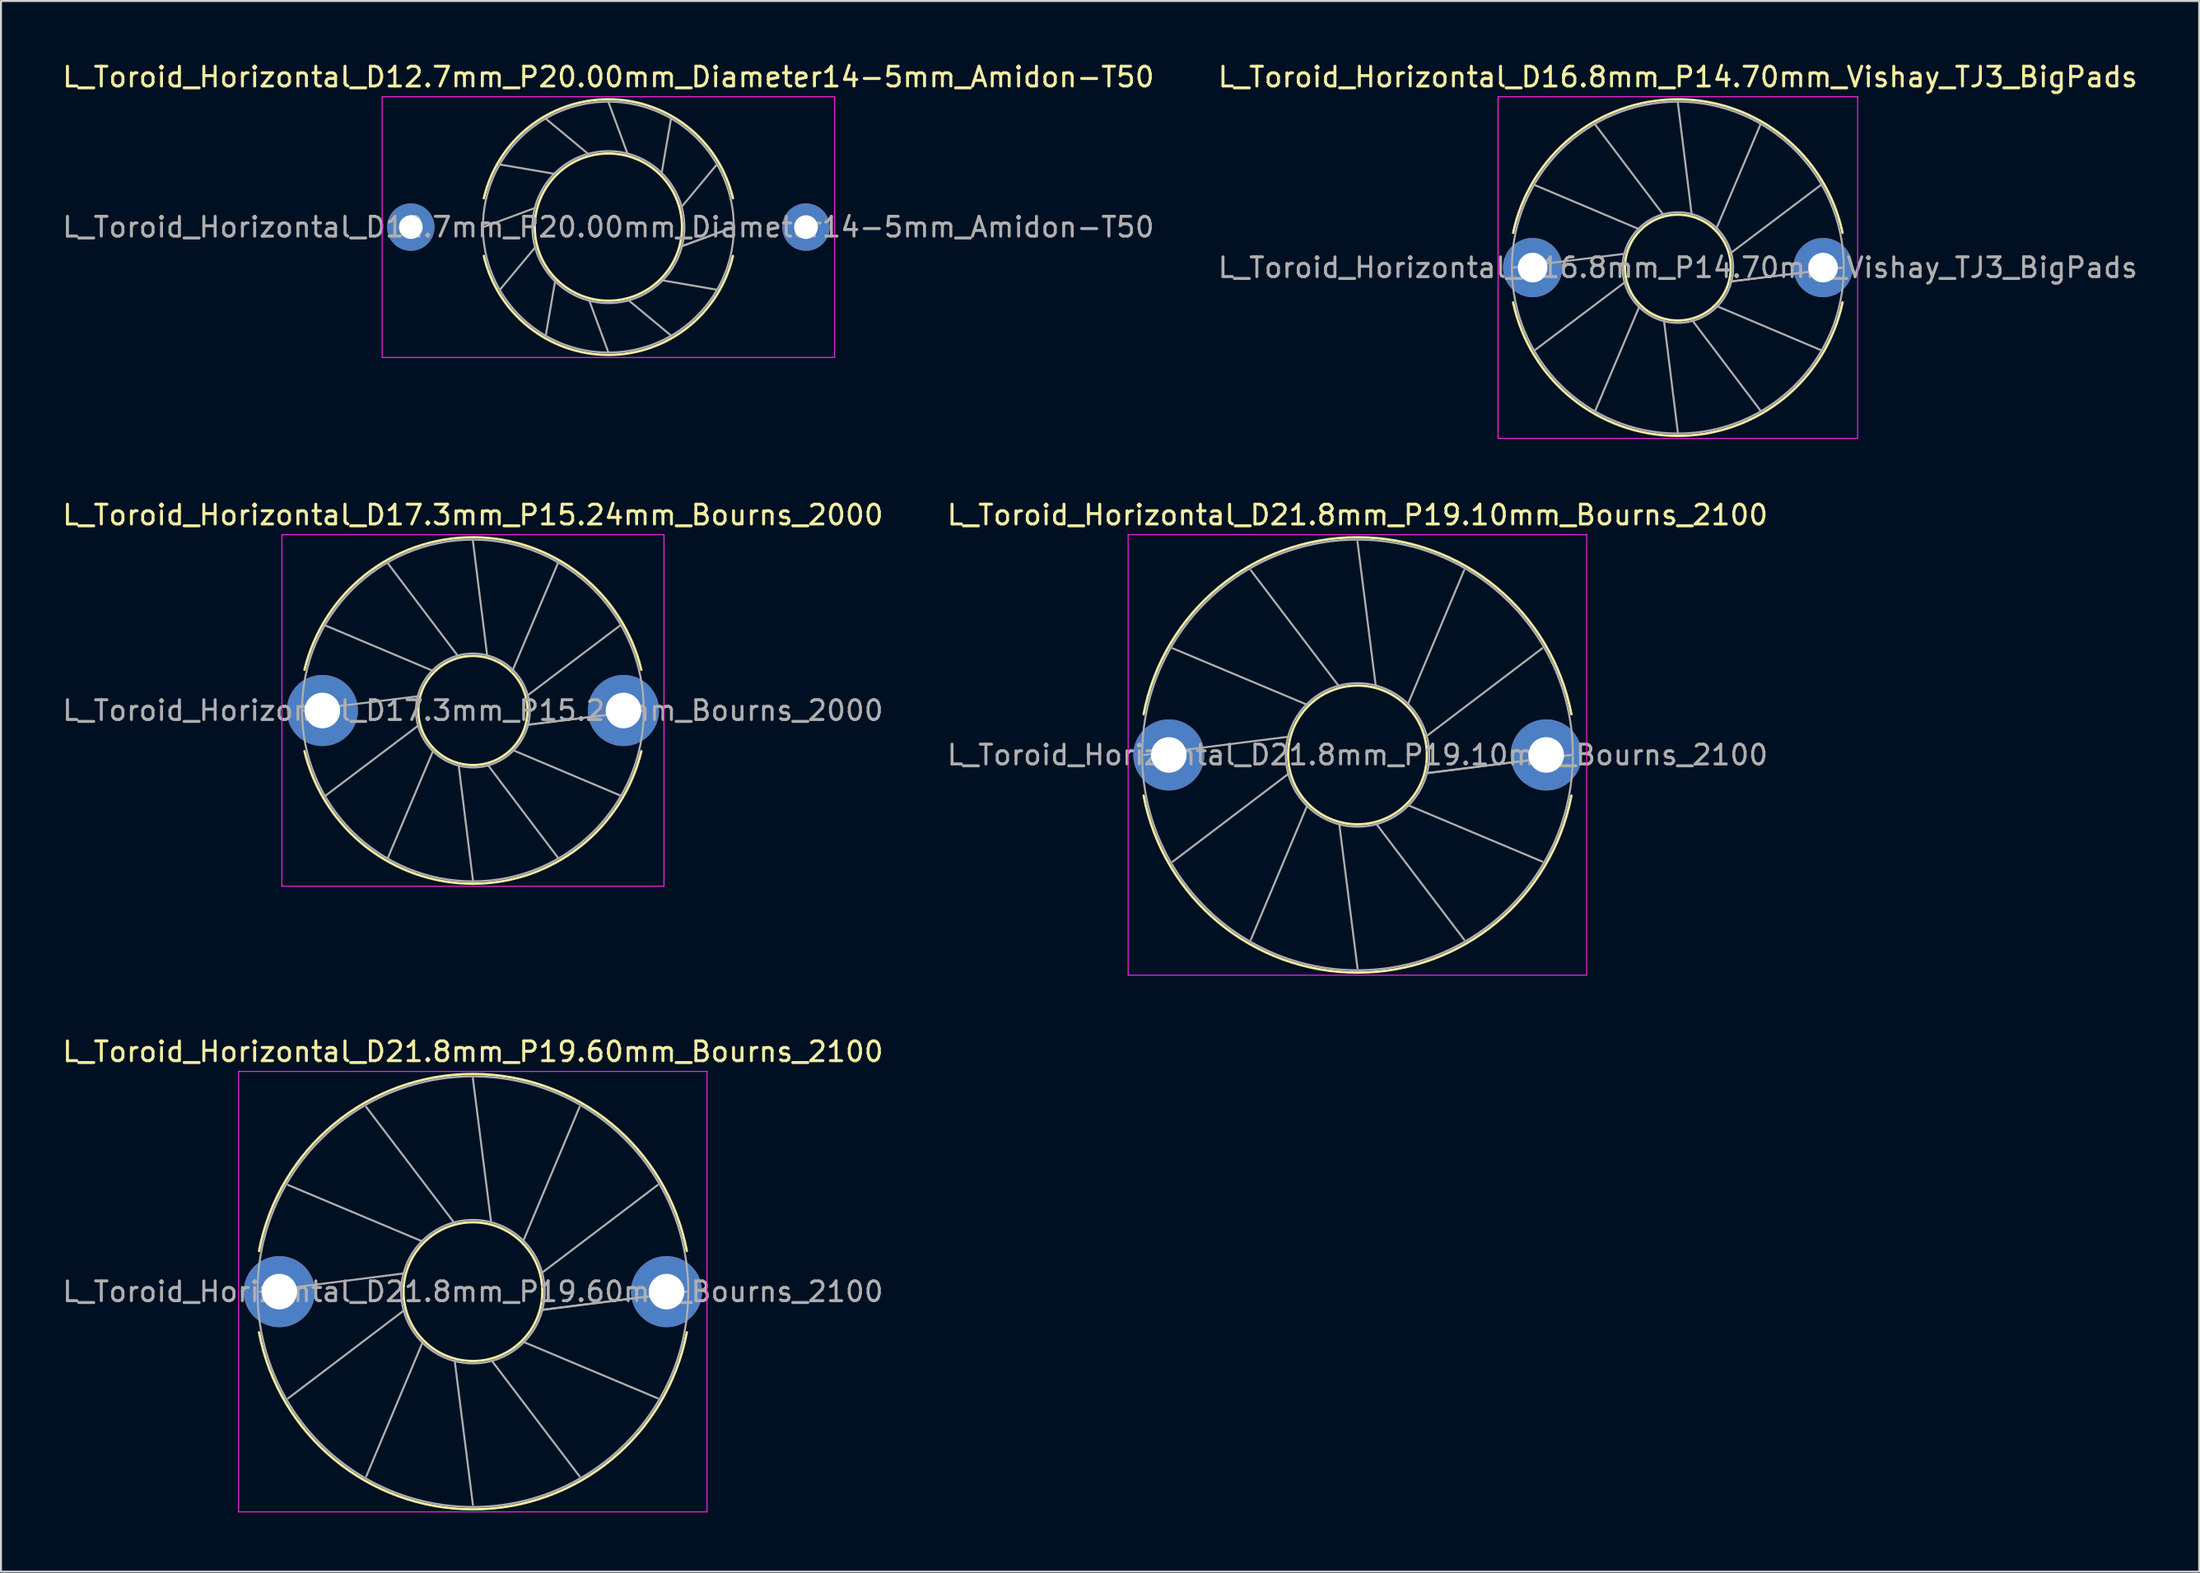
<source format=kicad_pcb>
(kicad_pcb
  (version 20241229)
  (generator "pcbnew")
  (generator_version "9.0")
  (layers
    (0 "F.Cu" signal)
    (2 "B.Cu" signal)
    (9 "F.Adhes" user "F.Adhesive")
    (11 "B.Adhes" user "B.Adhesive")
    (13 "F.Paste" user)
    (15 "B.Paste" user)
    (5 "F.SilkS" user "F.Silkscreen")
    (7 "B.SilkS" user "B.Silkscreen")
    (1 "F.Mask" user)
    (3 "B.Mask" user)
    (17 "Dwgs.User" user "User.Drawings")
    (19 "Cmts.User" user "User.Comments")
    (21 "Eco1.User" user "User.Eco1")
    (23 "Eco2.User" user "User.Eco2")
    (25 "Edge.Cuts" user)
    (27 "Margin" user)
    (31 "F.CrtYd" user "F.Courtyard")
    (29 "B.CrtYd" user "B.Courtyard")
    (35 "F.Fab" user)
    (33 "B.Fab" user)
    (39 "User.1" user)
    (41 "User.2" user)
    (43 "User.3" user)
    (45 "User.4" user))
  (footprint "L_Toroid_Horizontal_D12.7mm_P20.00mm_Diameter14-5mm_Amidon-T50"
    (layer "F.Cu")
    (at 17.744 8.448)
    (property "Reference" "L_Toroid_Horizontal_D12.7mm_P20.00mm_Diameter14-5mm_Amidon-T50" (at 10 -7.6 0) (layer "F.SilkS") (effects (font (size 1 1) (thickness 0.15))))
    (attr through_hole)
    (fp_arc (start 3.696882 -1.46) (mid 10 -6.47) (end 16.303118 -1.46) (stroke (width 0.12) (type solid)) (layer "F.SilkS"))
    (fp_arc (start 16.303118 1.46) (mid 10 6.47) (end 3.696882 1.46) (stroke (width 0.12) (type solid)) (layer "F.SilkS"))
    (fp_circle (center 10 0) (end 13.728 0) (stroke (width 0.12) (type solid)) (fill no) (layer "F.SilkS"))
    (fp_line (start -1.45 -6.6) (end -1.45 6.6) (stroke (width 0.05) (type solid)) (layer "F.CrtYd"))
    (fp_line (start -1.45 6.6) (end 21.45 6.6) (stroke (width 0.05) (type solid)) (layer "F.CrtYd"))
    (fp_line (start 21.45 -6.6) (end -1.45 -6.6) (stroke (width 0.05) (type solid)) (layer "F.CrtYd"))
    (fp_line (start 21.45 6.6) (end 21.45 -6.6) (stroke (width 0.05) (type solid)) (layer "F.CrtYd"))
    (fp_line (start 3.659 0.001) (end 6.327 -0.984) (stroke (width 0.1) (type solid)) (layer "F.Fab"))
    (fp_line (start 4.509 -3.17) (end 7.311 -2.689) (stroke (width 0.1) (type solid)) (layer "F.Fab"))
    (fp_line (start 4.509 3.171) (end 6.327 0.985) (stroke (width 0.1) (type solid)) (layer "F.Fab"))
    (fp_line (start 6.829 -5.491) (end 9.015 -3.673) (stroke (width 0.1) (type solid)) (layer "F.Fab"))
    (fp_line (start 6.83 5.491) (end 7.311 2.689) (stroke (width 0.1) (type solid)) (layer "F.Fab"))
    (fp_line (start 9.999 -6.341) (end 10.984 -3.673) (stroke (width 0.1) (type solid)) (layer "F.Fab"))
    (fp_line (start 10 6.341) (end 9.016 3.673) (stroke (width 0.1) (type solid)) (layer "F.Fab"))
    (fp_line (start 13.169 -5.492) (end 12.688 -2.689) (stroke (width 0.1) (type solid)) (layer "F.Fab"))
    (fp_line (start 13.17 5.491) (end 10.984 3.673) (stroke (width 0.1) (type solid)) (layer "F.Fab"))
    (fp_line (start 15.491 -3.171) (end 13.673 -0.985) (stroke (width 0.1) (type solid)) (layer "F.Fab"))
    (fp_line (start 15.491 3.17) (end 12.689 2.689) (stroke (width 0.1) (type solid)) (layer "F.Fab"))
    (fp_line (start 16.341 -0.001) (end 13.673 0.983) (stroke (width 0.1) (type solid)) (layer "F.Fab"))
    (fp_line (start 16.341 0) (end 13.673 0.984) (stroke (width 0.1) (type solid)) (layer "F.Fab"))
    (fp_circle (center 10 0) (end 13.848 0) (stroke (width 0.1) (type solid)) (fill no) (layer "F.Fab"))
    (fp_circle (center 10 0) (end 16.35 0) (stroke (width 0.1) (type solid)) (fill no) (layer "F.Fab"))
    (fp_text user "${REFERENCE}" (at 10 0 0) (layer "F.Fab") (effects (font (size 1 1) (thickness 0.15))))
    (pad "1" thru_hole circle (at 0 0) (size 2.4 2.4) (drill 1.2) (layers "*.Cu" "*.Mask"))
    (pad "2" thru_hole circle (at 20 0) (size 2.4 2.4) (drill 1.2) (layers "*.Cu" "*.Mask")))
  (footprint "L_Toroid_Horizontal_D21.8mm_P19.10mm_Bourns_2100"
    (layer "F.Cu")
    (at 56.111 35.172)
    (property "Reference" "L_Toroid_Horizontal_D21.8mm_P19.10mm_Bourns_2100" (at 9.55 -12.15 0) (layer "F.SilkS") (effects (font (size 1 1) (thickness 0.15))))
    (attr through_hole)
    (fp_arc (start -1.275747 -2.06) (mid 9.55 -11.02) (end 20.375747 -2.06) (stroke (width 0.12) (type solid)) (layer "F.SilkS"))
    (fp_arc (start 20.375747 2.06) (mid 9.55 11.02) (end -1.275747 2.06) (stroke (width 0.12) (type solid)) (layer "F.SilkS"))
    (fp_circle (center 9.55 0) (end 13.063 0) (stroke (width 0.12) (type solid)) (fill no) (layer "F.SilkS"))
    (fp_line (start -2.06 -11.15) (end -2.06 11.15) (stroke (width 0.05) (type solid)) (layer "F.CrtYd"))
    (fp_line (start -2.06 11.15) (end 21.15 11.15) (stroke (width 0.05) (type solid)) (layer "F.CrtYd"))
    (fp_line (start 21.15 -11.15) (end -2.06 -11.15) (stroke (width 0.05) (type solid)) (layer "F.CrtYd"))
    (fp_line (start 21.15 11.15) (end 21.15 -11.15) (stroke (width 0.05) (type solid)) (layer "F.CrtYd"))
    (fp_line (start -1.25 0.001) (end 6.088 -0.927) (stroke (width 0.1) (type solid)) (layer "F.Fab"))
    (fp_line (start 0.197 -5.399) (end 7.016 -2.534) (stroke (width 0.1) (type solid)) (layer "F.Fab"))
    (fp_line (start 0.198 5.401) (end 6.089 0.928) (stroke (width 0.1) (type solid)) (layer "F.Fab"))
    (fp_line (start 4.149 -9.352) (end 8.622 -3.461) (stroke (width 0.1) (type solid)) (layer "F.Fab"))
    (fp_line (start 4.151 9.353) (end 7.016 2.534) (stroke (width 0.1) (type solid)) (layer "F.Fab"))
    (fp_line (start 9.548 -10.8) (end 10.477 -3.462) (stroke (width 0.1) (type solid)) (layer "F.Fab"))
    (fp_line (start 9.55 10.8) (end 8.623 3.462) (stroke (width 0.1) (type solid)) (layer "F.Fab"))
    (fp_line (start 14.948 -9.354) (end 12.084 -2.534) (stroke (width 0.1) (type solid)) (layer "F.Fab"))
    (fp_line (start 14.95 9.353) (end 10.478 3.461) (stroke (width 0.1) (type solid)) (layer "F.Fab"))
    (fp_line (start 18.902 -5.401) (end 13.011 -0.928) (stroke (width 0.1) (type solid)) (layer "F.Fab"))
    (fp_line (start 18.903 5.4) (end 12.084 2.534) (stroke (width 0.1) (type solid)) (layer "F.Fab"))
    (fp_line (start 20.35 -0.002) (end 13.012 0.927) (stroke (width 0.1) (type solid)) (layer "F.Fab"))
    (fp_line (start 20.35 0) (end 13.011 0.927) (stroke (width 0.1) (type solid)) (layer "F.Fab"))
    (fp_circle (center 9.55 0) (end 13.183 0) (stroke (width 0.1) (type solid)) (fill no) (layer "F.Fab"))
    (fp_circle (center 9.55 0) (end 20.45 0) (stroke (width 0.1) (type solid)) (fill no) (layer "F.Fab"))
    (fp_text user "${REFERENCE}" (at 9.55 0 0) (layer "F.Fab") (effects (font (size 1 1) (thickness 0.15))))
    (pad "1" thru_hole circle (at 0 0) (size 3.6 3.6) (drill 1.8) (layers "*.Cu" "*.Mask"))
    (pad "2" thru_hole circle (at 19.1 0) (size 3.6 3.6) (drill 1.8) (layers "*.Cu" "*.Mask")))
  (footprint "L_Toroid_Horizontal_D17.3mm_P15.24mm_Bourns_2000"
    (layer "F.Cu")
    (at 13.267 32.922)
    (property "Reference" "L_Toroid_Horizontal_D17.3mm_P15.24mm_Bourns_2000" (at 7.62 -9.9 0) (layer "F.SilkS") (effects (font (size 1 1) (thickness 0.15))))
    (attr through_hole)
    (fp_arc (start -0.904629 -2.06) (mid 7.62 -8.77) (end 16.144629 -2.06) (stroke (width 0.12) (type solid)) (layer "F.SilkS"))
    (fp_arc (start 16.144629 2.06) (mid 7.62 8.77) (end -0.904629 2.06) (stroke (width 0.12) (type solid)) (layer "F.SilkS"))
    (fp_circle (center 7.62 0) (end 10.383 0) (stroke (width 0.12) (type solid)) (fill no) (layer "F.SilkS"))
    (fp_line (start -2.05 -8.9) (end -2.05 8.9) (stroke (width 0.05) (type solid)) (layer "F.CrtYd"))
    (fp_line (start -2.05 8.9) (end 17.29 8.9) (stroke (width 0.05) (type solid)) (layer "F.CrtYd"))
    (fp_line (start 17.29 -8.9) (end -2.05 -8.9) (stroke (width 0.05) (type solid)) (layer "F.CrtYd"))
    (fp_line (start 17.29 8.9) (end 17.29 -8.9) (stroke (width 0.05) (type solid)) (layer "F.CrtYd"))
    (fp_line (start -0.975 0.001) (end 4.897 -0.729) (stroke (width 0.1) (type solid)) (layer "F.Fab"))
    (fp_line (start 0.176 -4.296) (end 5.627 -1.993) (stroke (width 0.1) (type solid)) (layer "F.Fab"))
    (fp_line (start 0.177 4.298) (end 4.898 0.73) (stroke (width 0.1) (type solid)) (layer "F.Fab"))
    (fp_line (start 3.322 -7.443) (end 6.89 -2.722) (stroke (width 0.1) (type solid)) (layer "F.Fab"))
    (fp_line (start 3.323 7.443) (end 5.627 1.993) (stroke (width 0.1) (type solid)) (layer "F.Fab"))
    (fp_line (start 7.619 -8.595) (end 8.349 -2.723) (stroke (width 0.1) (type solid)) (layer "F.Fab"))
    (fp_line (start 7.62 8.595) (end 6.891 2.723) (stroke (width 0.1) (type solid)) (layer "F.Fab"))
    (fp_line (start 11.916 -7.444) (end 9.613 -1.993) (stroke (width 0.1) (type solid)) (layer "F.Fab"))
    (fp_line (start 11.918 7.443) (end 8.35 2.723) (stroke (width 0.1) (type solid)) (layer "F.Fab"))
    (fp_line (start 15.062 -4.299) (end 10.342 -0.73) (stroke (width 0.1) (type solid)) (layer "F.Fab"))
    (fp_line (start 15.063 4.297) (end 9.613 1.993) (stroke (width 0.1) (type solid)) (layer "F.Fab"))
    (fp_line (start 16.215 -0.002) (end 10.343 0.729) (stroke (width 0.1) (type solid)) (layer "F.Fab"))
    (fp_line (start 16.215 0) (end 10.343 0.729) (stroke (width 0.1) (type solid)) (layer "F.Fab"))
    (fp_circle (center 7.62 0) (end 10.503 0) (stroke (width 0.1) (type solid)) (fill no) (layer "F.Fab"))
    (fp_circle (center 7.62 0) (end 16.27 0) (stroke (width 0.1) (type solid)) (fill no) (layer "F.Fab"))
    (fp_text user "${REFERENCE}" (at 7.62 0 0) (layer "F.Fab") (effects (font (size 1 1) (thickness 0.15))))
    (pad "1" thru_hole circle (at 0 0) (size 3.6 3.6) (drill 1.8) (layers "*.Cu" "*.Mask"))
    (pad "2" thru_hole circle (at 15.24 0) (size 3.6 3.6) (drill 1.8) (layers "*.Cu" "*.Mask")))
  (footprint "L_Toroid_Horizontal_D16.8mm_P14.70mm_Vishay_TJ3_BigPads"
    (layer "F.Cu")
    (at 74.525 10.498)
    (property "Reference" "L_Toroid_Horizontal_D16.8mm_P14.70mm_Vishay_TJ3_BigPads" (at 7.35 -9.65 0) (layer "F.SilkS") (effects (font (size 1 1) (thickness 0.15))))
    (attr through_hole)
    (fp_arc (start -0.986234 -1.76) (mid 7.35 -8.52) (end 15.686234 -1.76) (stroke (width 0.12) (type solid)) (layer "F.SilkS"))
    (fp_arc (start 15.686234 1.76) (mid 7.35 8.52) (end -0.986234 1.76) (stroke (width 0.12) (type solid)) (layer "F.SilkS"))
    (fp_circle (center 7.35 0) (end 10.03 0) (stroke (width 0.12) (type solid)) (fill no) (layer "F.SilkS"))
    (fp_line (start -1.75 -8.65) (end -1.75 8.65) (stroke (width 0.05) (type solid)) (layer "F.CrtYd"))
    (fp_line (start -1.75 8.65) (end 16.45 8.65) (stroke (width 0.05) (type solid)) (layer "F.CrtYd"))
    (fp_line (start 16.45 -8.65) (end -1.75 -8.65) (stroke (width 0.05) (type solid)) (layer "F.CrtYd"))
    (fp_line (start 16.45 8.65) (end 16.45 -8.65) (stroke (width 0.05) (type solid)) (layer "F.CrtYd"))
    (fp_line (start -1 0.001) (end 4.709 -0.707) (stroke (width 0.1) (type solid)) (layer "F.Fab"))
    (fp_line (start 0.119 -4.174) (end 5.417 -1.933) (stroke (width 0.1) (type solid)) (layer "F.Fab"))
    (fp_line (start 0.119 4.175) (end 4.71 0.708) (stroke (width 0.1) (type solid)) (layer "F.Fab"))
    (fp_line (start 3.174 -7.23) (end 6.642 -2.64) (stroke (width 0.1) (type solid)) (layer "F.Fab"))
    (fp_line (start 3.176 7.231) (end 5.417 1.933) (stroke (width 0.1) (type solid)) (layer "F.Fab"))
    (fp_line (start 7.349 -8.35) (end 8.057 -2.641) (stroke (width 0.1) (type solid)) (layer "F.Fab"))
    (fp_line (start 7.35 8.35) (end 6.643 2.64) (stroke (width 0.1) (type solid)) (layer "F.Fab"))
    (fp_line (start 11.524 -7.232) (end 9.283 -1.933) (stroke (width 0.1) (type solid)) (layer "F.Fab"))
    (fp_line (start 11.525 7.231) (end 8.058 2.64) (stroke (width 0.1) (type solid)) (layer "F.Fab"))
    (fp_line (start 14.58 -4.176) (end 9.99 -0.708) (stroke (width 0.1) (type solid)) (layer "F.Fab"))
    (fp_line (start 14.581 4.175) (end 9.283 1.933) (stroke (width 0.1) (type solid)) (layer "F.Fab"))
    (fp_line (start 15.7 -0.002) (end 9.991 0.707) (stroke (width 0.1) (type solid)) (layer "F.Fab"))
    (fp_line (start 15.7 0) (end 9.99 0.707) (stroke (width 0.1) (type solid)) (layer "F.Fab"))
    (fp_circle (center 7.35 0) (end 10.15 0) (stroke (width 0.1) (type solid)) (fill no) (layer "F.Fab"))
    (fp_circle (center 7.35 0) (end 15.75 0) (stroke (width 0.1) (type solid)) (fill no) (layer "F.Fab"))
    (fp_text user "${REFERENCE}" (at 7.35 0 0) (layer "F.Fab") (effects (font (size 1 1) (thickness 0.15))))
    (pad "1" thru_hole circle (at 0 0) (size 3 3) (drill 1.5) (layers "*.Cu" "*.Mask"))
    (pad "2" thru_hole circle (at 14.7 0) (size 3 3) (drill 1.5) (layers "*.Cu" "*.Mask")))
  (footprint "L_Toroid_Horizontal_D21.8mm_P19.60mm_Bourns_2100"
    (layer "F.Cu")
    (at 11.087 62.345)
    (property "Reference" "L_Toroid_Horizontal_D21.8mm_P19.60mm_Bourns_2100" (at 9.8 -12.15 0) (layer "F.SilkS") (effects (font (size 1 1) (thickness 0.15))))
    (attr through_hole)
    (fp_arc (start -1.025747 -2.06) (mid 9.8 -11.02) (end 20.625747 -2.06) (stroke (width 0.12) (type solid)) (layer "F.SilkS"))
    (fp_arc (start 20.625747 2.06) (mid 9.8 11.02) (end -1.025747 2.06) (stroke (width 0.12) (type solid)) (layer "F.SilkS"))
    (fp_circle (center 9.8 0) (end 13.313 0) (stroke (width 0.12) (type solid)) (fill no) (layer "F.SilkS"))
    (fp_line (start -2.06 -11.15) (end -2.06 11.15) (stroke (width 0.05) (type solid)) (layer "F.CrtYd"))
    (fp_line (start -2.06 11.15) (end 21.65 11.15) (stroke (width 0.05) (type solid)) (layer "F.CrtYd"))
    (fp_line (start 21.65 -11.15) (end -2.06 -11.15) (stroke (width 0.05) (type solid)) (layer "F.CrtYd"))
    (fp_line (start 21.65 11.15) (end 21.65 -11.15) (stroke (width 0.05) (type solid)) (layer "F.CrtYd"))
    (fp_line (start -1 0.001) (end 6.338 -0.927) (stroke (width 0.1) (type solid)) (layer "F.Fab"))
    (fp_line (start 0.447 -5.399) (end 7.266 -2.534) (stroke (width 0.1) (type solid)) (layer "F.Fab"))
    (fp_line (start 0.448 5.401) (end 6.339 0.928) (stroke (width 0.1) (type solid)) (layer "F.Fab"))
    (fp_line (start 4.399 -9.352) (end 8.872 -3.461) (stroke (width 0.1) (type solid)) (layer "F.Fab"))
    (fp_line (start 4.401 9.353) (end 7.266 2.534) (stroke (width 0.1) (type solid)) (layer "F.Fab"))
    (fp_line (start 9.798 -10.8) (end 10.727 -3.462) (stroke (width 0.1) (type solid)) (layer "F.Fab"))
    (fp_line (start 9.8 10.8) (end 8.873 3.462) (stroke (width 0.1) (type solid)) (layer "F.Fab"))
    (fp_line (start 15.198 -9.354) (end 12.334 -2.534) (stroke (width 0.1) (type solid)) (layer "F.Fab"))
    (fp_line (start 15.2 9.353) (end 10.728 3.461) (stroke (width 0.1) (type solid)) (layer "F.Fab"))
    (fp_line (start 19.152 -5.401) (end 13.261 -0.928) (stroke (width 0.1) (type solid)) (layer "F.Fab"))
    (fp_line (start 19.153 5.4) (end 12.334 2.534) (stroke (width 0.1) (type solid)) (layer "F.Fab"))
    (fp_line (start 20.6 -0.002) (end 13.262 0.927) (stroke (width 0.1) (type solid)) (layer "F.Fab"))
    (fp_line (start 20.6 0) (end 13.261 0.927) (stroke (width 0.1) (type solid)) (layer "F.Fab"))
    (fp_circle (center 9.8 0) (end 13.433 0) (stroke (width 0.1) (type solid)) (fill no) (layer "F.Fab"))
    (fp_circle (center 9.8 0) (end 20.7 0) (stroke (width 0.1) (type solid)) (fill no) (layer "F.Fab"))
    (fp_text user "${REFERENCE}" (at 9.8 0 0) (layer "F.Fab") (effects (font (size 1 1) (thickness 0.15))))
    (pad "1" thru_hole circle (at 0 0) (size 3.6 3.6) (drill 1.8) (layers "*.Cu" "*.Mask"))
    (pad "2" thru_hole circle (at 19.6 0) (size 3.6 3.6) (drill 1.8) (layers "*.Cu" "*.Mask")))
  (gr_rect
    (start -3 -3)
    (end 108.262 76.52)
    (stroke (width 0.1) (type default))
    (fill no)
    (layer "Edge.Cuts")))
</source>
